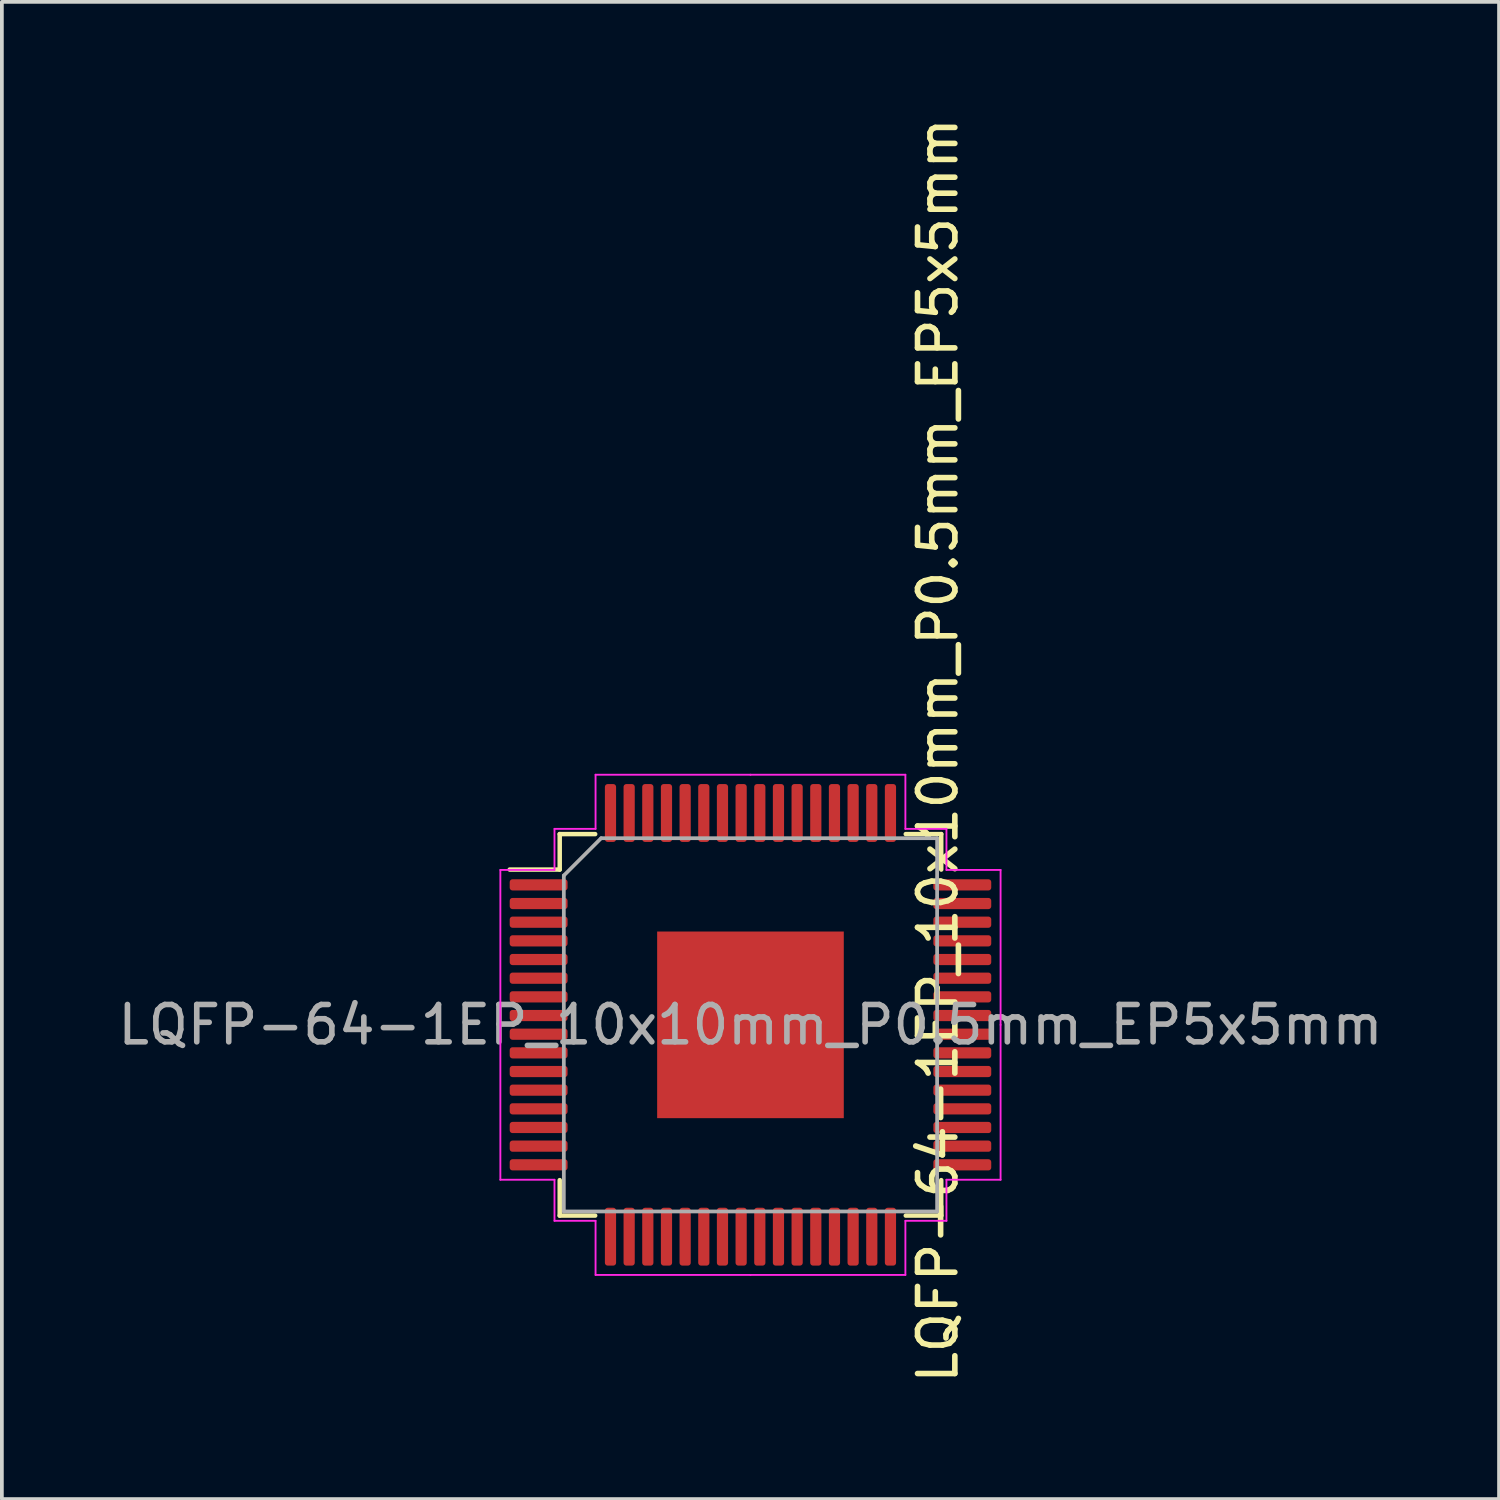
<source format=kicad_pcb>
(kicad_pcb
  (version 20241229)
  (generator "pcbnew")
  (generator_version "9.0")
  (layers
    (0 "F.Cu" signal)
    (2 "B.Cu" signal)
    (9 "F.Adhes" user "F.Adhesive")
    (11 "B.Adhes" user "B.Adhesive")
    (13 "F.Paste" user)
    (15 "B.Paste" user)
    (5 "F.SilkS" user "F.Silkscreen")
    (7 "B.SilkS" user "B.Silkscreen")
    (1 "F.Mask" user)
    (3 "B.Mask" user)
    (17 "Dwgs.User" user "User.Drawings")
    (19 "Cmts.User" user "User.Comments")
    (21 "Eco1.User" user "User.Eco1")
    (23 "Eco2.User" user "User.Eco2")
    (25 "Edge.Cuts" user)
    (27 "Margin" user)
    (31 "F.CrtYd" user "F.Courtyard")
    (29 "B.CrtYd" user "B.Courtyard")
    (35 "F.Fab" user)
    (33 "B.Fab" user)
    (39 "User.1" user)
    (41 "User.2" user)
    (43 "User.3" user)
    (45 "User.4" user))
  (footprint "LQFP-64-1EP_10x10mm_P0.5mm_EP5x5mm"
    (layer "F.Cu")
    (at 17.054 24.404)
    (property "Reference" "LQFP-64-1EP_10x10mm_P0.5mm_EP5x5mm" (at 5.02 -7.35 90) (layer "F.SilkS") (effects (font (size 1 1) (thickness 0.15))))
    (attr smd)
    (fp_line (start -5.11 -5.11) (end -5.11 -4.16) (stroke (width 0.12) (type solid)) (layer "F.SilkS"))
    (fp_line (start -5.11 -4.16) (end -6.45 -4.16) (stroke (width 0.12) (type solid)) (layer "F.SilkS"))
    (fp_line (start -5.11 5.11) (end -5.11 4.16) (stroke (width 0.12) (type solid)) (layer "F.SilkS"))
    (fp_line (start -4.16 -5.11) (end -5.11 -5.11) (stroke (width 0.12) (type solid)) (layer "F.SilkS"))
    (fp_line (start -4.16 5.11) (end -5.11 5.11) (stroke (width 0.12) (type solid)) (layer "F.SilkS"))
    (fp_line (start 4.16 -5.11) (end 5.11 -5.11) (stroke (width 0.12) (type solid)) (layer "F.SilkS"))
    (fp_line (start 4.16 5.11) (end 5.11 5.11) (stroke (width 0.12) (type solid)) (layer "F.SilkS"))
    (fp_line (start 5.11 -5.11) (end 5.11 -4.16) (stroke (width 0.12) (type solid)) (layer "F.SilkS"))
    (fp_line (start 5.11 5.11) (end 5.11 4.16) (stroke (width 0.12) (type solid)) (layer "F.SilkS"))
    (fp_line (start -6.7 -4.15) (end -6.7 0) (stroke (width 0.05) (type solid)) (layer "F.CrtYd"))
    (fp_line (start -6.7 4.15) (end -6.7 0) (stroke (width 0.05) (type solid)) (layer "F.CrtYd"))
    (fp_line (start -5.25 -5.25) (end -5.25 -4.15) (stroke (width 0.05) (type solid)) (layer "F.CrtYd"))
    (fp_line (start -5.25 -4.15) (end -6.7 -4.15) (stroke (width 0.05) (type solid)) (layer "F.CrtYd"))
    (fp_line (start -5.25 4.15) (end -6.7 4.15) (stroke (width 0.05) (type solid)) (layer "F.CrtYd"))
    (fp_line (start -5.25 5.25) (end -5.25 4.15) (stroke (width 0.05) (type solid)) (layer "F.CrtYd"))
    (fp_line (start -4.15 -6.7) (end -4.15 -5.25) (stroke (width 0.05) (type solid)) (layer "F.CrtYd"))
    (fp_line (start -4.15 -5.25) (end -5.25 -5.25) (stroke (width 0.05) (type solid)) (layer "F.CrtYd"))
    (fp_line (start -4.15 5.25) (end -5.25 5.25) (stroke (width 0.05) (type solid)) (layer "F.CrtYd"))
    (fp_line (start -4.15 6.7) (end -4.15 5.25) (stroke (width 0.05) (type solid)) (layer "F.CrtYd"))
    (fp_line (start 0 -6.7) (end -4.15 -6.7) (stroke (width 0.05) (type solid)) (layer "F.CrtYd"))
    (fp_line (start 0 -6.7) (end 4.15 -6.7) (stroke (width 0.05) (type solid)) (layer "F.CrtYd"))
    (fp_line (start 0 6.7) (end -4.15 6.7) (stroke (width 0.05) (type solid)) (layer "F.CrtYd"))
    (fp_line (start 0 6.7) (end 4.15 6.7) (stroke (width 0.05) (type solid)) (layer "F.CrtYd"))
    (fp_line (start 4.15 -6.7) (end 4.15 -5.25) (stroke (width 0.05) (type solid)) (layer "F.CrtYd"))
    (fp_line (start 4.15 -5.25) (end 5.25 -5.25) (stroke (width 0.05) (type solid)) (layer "F.CrtYd"))
    (fp_line (start 4.15 5.25) (end 5.25 5.25) (stroke (width 0.05) (type solid)) (layer "F.CrtYd"))
    (fp_line (start 4.15 6.7) (end 4.15 5.25) (stroke (width 0.05) (type solid)) (layer "F.CrtYd"))
    (fp_line (start 5.25 -5.25) (end 5.25 -4.15) (stroke (width 0.05) (type solid)) (layer "F.CrtYd"))
    (fp_line (start 5.25 -4.15) (end 6.7 -4.15) (stroke (width 0.05) (type solid)) (layer "F.CrtYd"))
    (fp_line (start 5.25 4.15) (end 6.7 4.15) (stroke (width 0.05) (type solid)) (layer "F.CrtYd"))
    (fp_line (start 5.25 5.25) (end 5.25 4.15) (stroke (width 0.05) (type solid)) (layer "F.CrtYd"))
    (fp_line (start 6.7 -4.15) (end 6.7 0) (stroke (width 0.05) (type solid)) (layer "F.CrtYd"))
    (fp_line (start 6.7 4.15) (end 6.7 0) (stroke (width 0.05) (type solid)) (layer "F.CrtYd"))
    (fp_line (start -5 -4) (end -4 -5) (stroke (width 0.1) (type solid)) (layer "F.Fab"))
    (fp_line (start -5 5) (end -5 -4) (stroke (width 0.1) (type solid)) (layer "F.Fab"))
    (fp_line (start -4 -5) (end 5 -5) (stroke (width 0.1) (type solid)) (layer "F.Fab"))
    (fp_line (start 5 -5) (end 5 5) (stroke (width 0.1) (type solid)) (layer "F.Fab"))
    (fp_line (start 5 5) (end -5 5) (stroke (width 0.1) (type solid)) (layer "F.Fab"))
    (fp_text user "${REFERENCE}" (at 0 0 0) (layer "F.Fab") (effects (font (size 1 1) (thickness 0.15))))
    (pad "" smd roundrect (at -2 -2) (size 0.81 0.81) (layers "F.Paste") (roundrect_rratio 0.25))
    (pad "" smd roundrect (at -2 -1) (size 0.81 0.81) (layers "F.Paste") (roundrect_rratio 0.25))
    (pad "" smd roundrect (at -2 0) (size 0.81 0.81) (layers "F.Paste") (roundrect_rratio 0.25))
    (pad "" smd roundrect (at -2 1) (size 0.81 0.81) (layers "F.Paste") (roundrect_rratio 0.25))
    (pad "" smd roundrect (at -2 2) (size 0.81 0.81) (layers "F.Paste") (roundrect_rratio 0.25))
    (pad "" smd roundrect (at -1 -2) (size 0.81 0.81) (layers "F.Paste") (roundrect_rratio 0.25))
    (pad "" smd roundrect (at -1 -1) (size 0.81 0.81) (layers "F.Paste") (roundrect_rratio 0.25))
    (pad "" smd roundrect (at -1 0) (size 0.81 0.81) (layers "F.Paste") (roundrect_rratio 0.25))
    (pad "" smd roundrect (at -1 1) (size 0.81 0.81) (layers "F.Paste") (roundrect_rratio 0.25))
    (pad "" smd roundrect (at -1 2) (size 0.81 0.81) (layers "F.Paste") (roundrect_rratio 0.25))
    (pad "" smd roundrect (at 0 -2) (size 0.81 0.81) (layers "F.Paste") (roundrect_rratio 0.25))
    (pad "" smd roundrect (at 0 -1) (size 0.81 0.81) (layers "F.Paste") (roundrect_rratio 0.25))
    (pad "" smd roundrect (at 0 0) (size 0.81 0.81) (layers "F.Paste") (roundrect_rratio 0.25))
    (pad "" smd roundrect (at 0 1) (size 0.81 0.81) (layers "F.Paste") (roundrect_rratio 0.25))
    (pad "" smd roundrect (at 0 2) (size 0.81 0.81) (layers "F.Paste") (roundrect_rratio 0.25))
    (pad "" smd roundrect (at 1 -2) (size 0.81 0.81) (layers "F.Paste") (roundrect_rratio 0.25))
    (pad "" smd roundrect (at 1 -1) (size 0.81 0.81) (layers "F.Paste") (roundrect_rratio 0.25))
    (pad "" smd roundrect (at 1 0) (size 0.81 0.81) (layers "F.Paste") (roundrect_rratio 0.25))
    (pad "" smd roundrect (at 1 1) (size 0.81 0.81) (layers "F.Paste") (roundrect_rratio 0.25))
    (pad "" smd roundrect (at 1 2) (size 0.81 0.81) (layers "F.Paste") (roundrect_rratio 0.25))
    (pad "" smd roundrect (at 2 -2) (size 0.81 0.81) (layers "F.Paste") (roundrect_rratio 0.25))
    (pad "" smd roundrect (at 2 -1) (size 0.81 0.81) (layers "F.Paste") (roundrect_rratio 0.25))
    (pad "" smd roundrect (at 2 0) (size 0.81 0.81) (layers "F.Paste") (roundrect_rratio 0.25))
    (pad "" smd roundrect (at 2 1) (size 0.81 0.81) (layers "F.Paste") (roundrect_rratio 0.25))
    (pad "" smd roundrect (at 2 2) (size 0.81 0.81) (layers "F.Paste") (roundrect_rratio 0.25))
    (pad "1" smd roundrect (at -5.675 -3.75) (size 1.55 0.3) (layers "F.Cu" "F.Mask" "F.Paste") (roundrect_rratio 0.25))
    (pad "2" smd roundrect (at -5.675 -3.25) (size 1.55 0.3) (layers "F.Cu" "F.Mask" "F.Paste") (roundrect_rratio 0.25))
    (pad "3" smd roundrect (at -5.675 -2.75) (size 1.55 0.3) (layers "F.Cu" "F.Mask" "F.Paste") (roundrect_rratio 0.25))
    (pad "4" smd roundrect (at -5.675 -2.25) (size 1.55 0.3) (layers "F.Cu" "F.Mask" "F.Paste") (roundrect_rratio 0.25))
    (pad "5" smd roundrect (at -5.675 -1.75) (size 1.55 0.3) (layers "F.Cu" "F.Mask" "F.Paste") (roundrect_rratio 0.25))
    (pad "6" smd roundrect (at -5.675 -1.25) (size 1.55 0.3) (layers "F.Cu" "F.Mask" "F.Paste") (roundrect_rratio 0.25))
    (pad "7" smd roundrect (at -5.675 -0.75) (size 1.55 0.3) (layers "F.Cu" "F.Mask" "F.Paste") (roundrect_rratio 0.25))
    (pad "8" smd roundrect (at -5.675 -0.25) (size 1.55 0.3) (layers "F.Cu" "F.Mask" "F.Paste") (roundrect_rratio 0.25))
    (pad "9" smd roundrect (at -5.675 0.25) (size 1.55 0.3) (layers "F.Cu" "F.Mask" "F.Paste") (roundrect_rratio 0.25))
    (pad "10" smd roundrect (at -5.675 0.75) (size 1.55 0.3) (layers "F.Cu" "F.Mask" "F.Paste") (roundrect_rratio 0.25))
    (pad "11" smd roundrect (at -5.675 1.25) (size 1.55 0.3) (layers "F.Cu" "F.Mask" "F.Paste") (roundrect_rratio 0.25))
    (pad "12" smd roundrect (at -5.675 1.75) (size 1.55 0.3) (layers "F.Cu" "F.Mask" "F.Paste") (roundrect_rratio 0.25))
    (pad "13" smd roundrect (at -5.675 2.25) (size 1.55 0.3) (layers "F.Cu" "F.Mask" "F.Paste") (roundrect_rratio 0.25))
    (pad "14" smd roundrect (at -5.675 2.75) (size 1.55 0.3) (layers "F.Cu" "F.Mask" "F.Paste") (roundrect_rratio 0.25))
    (pad "15" smd roundrect (at -5.675 3.25) (size 1.55 0.3) (layers "F.Cu" "F.Mask" "F.Paste") (roundrect_rratio 0.25))
    (pad "16" smd roundrect (at -5.675 3.75) (size 1.55 0.3) (layers "F.Cu" "F.Mask" "F.Paste") (roundrect_rratio 0.25))
    (pad "17" smd roundrect (at -3.75 5.675) (size 0.3 1.55) (layers "F.Cu" "F.Mask" "F.Paste") (roundrect_rratio 0.25))
    (pad "18" smd roundrect (at -3.25 5.675) (size 0.3 1.55) (layers "F.Cu" "F.Mask" "F.Paste") (roundrect_rratio 0.25))
    (pad "19" smd roundrect (at -2.75 5.675) (size 0.3 1.55) (layers "F.Cu" "F.Mask" "F.Paste") (roundrect_rratio 0.25))
    (pad "20" smd roundrect (at -2.25 5.675) (size 0.3 1.55) (layers "F.Cu" "F.Mask" "F.Paste") (roundrect_rratio 0.25))
    (pad "21" smd roundrect (at -1.75 5.675) (size 0.3 1.55) (layers "F.Cu" "F.Mask" "F.Paste") (roundrect_rratio 0.25))
    (pad "22" smd roundrect (at -1.25 5.675) (size 0.3 1.55) (layers "F.Cu" "F.Mask" "F.Paste") (roundrect_rratio 0.25))
    (pad "23" smd roundrect (at -0.75 5.675) (size 0.3 1.55) (layers "F.Cu" "F.Mask" "F.Paste") (roundrect_rratio 0.25))
    (pad "24" smd roundrect (at -0.25 5.675) (size 0.3 1.55) (layers "F.Cu" "F.Mask" "F.Paste") (roundrect_rratio 0.25))
    (pad "25" smd roundrect (at 0.25 5.675) (size 0.3 1.55) (layers "F.Cu" "F.Mask" "F.Paste") (roundrect_rratio 0.25))
    (pad "26" smd roundrect (at 0.75 5.675) (size 0.3 1.55) (layers "F.Cu" "F.Mask" "F.Paste") (roundrect_rratio 0.25))
    (pad "27" smd roundrect (at 1.25 5.675) (size 0.3 1.55) (layers "F.Cu" "F.Mask" "F.Paste") (roundrect_rratio 0.25))
    (pad "28" smd roundrect (at 1.75 5.675) (size 0.3 1.55) (layers "F.Cu" "F.Mask" "F.Paste") (roundrect_rratio 0.25))
    (pad "29" smd roundrect (at 2.25 5.675) (size 0.3 1.55) (layers "F.Cu" "F.Mask" "F.Paste") (roundrect_rratio 0.25))
    (pad "30" smd roundrect (at 2.75 5.675) (size 0.3 1.55) (layers "F.Cu" "F.Mask" "F.Paste") (roundrect_rratio 0.25))
    (pad "31" smd roundrect (at 3.25 5.675) (size 0.3 1.55) (layers "F.Cu" "F.Mask" "F.Paste") (roundrect_rratio 0.25))
    (pad "32" smd roundrect (at 3.75 5.675) (size 0.3 1.55) (layers "F.Cu" "F.Mask" "F.Paste") (roundrect_rratio 0.25))
    (pad "33" smd roundrect (at 5.675 3.75) (size 1.55 0.3) (layers "F.Cu" "F.Mask" "F.Paste") (roundrect_rratio 0.25))
    (pad "34" smd roundrect (at 5.675 3.25) (size 1.55 0.3) (layers "F.Cu" "F.Mask" "F.Paste") (roundrect_rratio 0.25))
    (pad "35" smd roundrect (at 5.675 2.75) (size 1.55 0.3) (layers "F.Cu" "F.Mask" "F.Paste") (roundrect_rratio 0.25))
    (pad "36" smd roundrect (at 5.675 2.25) (size 1.55 0.3) (layers "F.Cu" "F.Mask" "F.Paste") (roundrect_rratio 0.25))
    (pad "37" smd roundrect (at 5.675 1.75) (size 1.55 0.3) (layers "F.Cu" "F.Mask" "F.Paste") (roundrect_rratio 0.25))
    (pad "38" smd roundrect (at 5.675 1.25) (size 1.55 0.3) (layers "F.Cu" "F.Mask" "F.Paste") (roundrect_rratio 0.25))
    (pad "39" smd roundrect (at 5.675 0.75) (size 1.55 0.3) (layers "F.Cu" "F.Mask" "F.Paste") (roundrect_rratio 0.25))
    (pad "40" smd roundrect (at 5.675 0.25) (size 1.55 0.3) (layers "F.Cu" "F.Mask" "F.Paste") (roundrect_rratio 0.25))
    (pad "41" smd roundrect (at 5.675 -0.25) (size 1.55 0.3) (layers "F.Cu" "F.Mask" "F.Paste") (roundrect_rratio 0.25))
    (pad "42" smd roundrect (at 5.675 -0.75) (size 1.55 0.3) (layers "F.Cu" "F.Mask" "F.Paste") (roundrect_rratio 0.25))
    (pad "43" smd roundrect (at 5.675 -1.25) (size 1.55 0.3) (layers "F.Cu" "F.Mask" "F.Paste") (roundrect_rratio 0.25))
    (pad "44" smd roundrect (at 5.675 -1.75) (size 1.55 0.3) (layers "F.Cu" "F.Mask" "F.Paste") (roundrect_rratio 0.25))
    (pad "45" smd roundrect (at 5.675 -2.25) (size 1.55 0.3) (layers "F.Cu" "F.Mask" "F.Paste") (roundrect_rratio 0.25))
    (pad "46" smd roundrect (at 5.675 -2.75) (size 1.55 0.3) (layers "F.Cu" "F.Mask" "F.Paste") (roundrect_rratio 0.25))
    (pad "47" smd roundrect (at 5.675 -3.25) (size 1.55 0.3) (layers "F.Cu" "F.Mask" "F.Paste") (roundrect_rratio 0.25))
    (pad "48" smd roundrect (at 5.675 -3.75) (size 1.55 0.3) (layers "F.Cu" "F.Mask" "F.Paste") (roundrect_rratio 0.25))
    (pad "49" smd roundrect (at 3.75 -5.675) (size 0.3 1.55) (layers "F.Cu" "F.Mask" "F.Paste") (roundrect_rratio 0.25))
    (pad "50" smd roundrect (at 3.25 -5.675) (size 0.3 1.55) (layers "F.Cu" "F.Mask" "F.Paste") (roundrect_rratio 0.25))
    (pad "51" smd roundrect (at 2.75 -5.675) (size 0.3 1.55) (layers "F.Cu" "F.Mask" "F.Paste") (roundrect_rratio 0.25))
    (pad "52" smd roundrect (at 2.25 -5.675) (size 0.3 1.55) (layers "F.Cu" "F.Mask" "F.Paste") (roundrect_rratio 0.25))
    (pad "53" smd roundrect (at 1.75 -5.675) (size 0.3 1.55) (layers "F.Cu" "F.Mask" "F.Paste") (roundrect_rratio 0.25))
    (pad "54" smd roundrect (at 1.25 -5.675) (size 0.3 1.55) (layers "F.Cu" "F.Mask" "F.Paste") (roundrect_rratio 0.25))
    (pad "55" smd roundrect (at 0.75 -5.675) (size 0.3 1.55) (layers "F.Cu" "F.Mask" "F.Paste") (roundrect_rratio 0.25))
    (pad "56" smd roundrect (at 0.25 -5.675) (size 0.3 1.55) (layers "F.Cu" "F.Mask" "F.Paste") (roundrect_rratio 0.25))
    (pad "57" smd roundrect (at -0.25 -5.675) (size 0.3 1.55) (layers "F.Cu" "F.Mask" "F.Paste") (roundrect_rratio 0.25))
    (pad "58" smd roundrect (at -0.75 -5.675) (size 0.3 1.55) (layers "F.Cu" "F.Mask" "F.Paste") (roundrect_rratio 0.25))
    (pad "59" smd roundrect (at -1.25 -5.675) (size 0.3 1.55) (layers "F.Cu" "F.Mask" "F.Paste") (roundrect_rratio 0.25))
    (pad "60" smd roundrect (at -1.75 -5.675) (size 0.3 1.55) (layers "F.Cu" "F.Mask" "F.Paste") (roundrect_rratio 0.25))
    (pad "61" smd roundrect (at -2.25 -5.675) (size 0.3 1.55) (layers "F.Cu" "F.Mask" "F.Paste") (roundrect_rratio 0.25))
    (pad "62" smd roundrect (at -2.75 -5.675) (size 0.3 1.55) (layers "F.Cu" "F.Mask" "F.Paste") (roundrect_rratio 0.25))
    (pad "63" smd roundrect (at -3.25 -5.675) (size 0.3 1.55) (layers "F.Cu" "F.Mask" "F.Paste") (roundrect_rratio 0.25))
    (pad "64" smd roundrect (at -3.75 -5.675) (size 0.3 1.55) (layers "F.Cu" "F.Mask" "F.Paste") (roundrect_rratio 0.25))
    (pad "65" smd rect (at 0 0) (size 5 5) (layers "F.Cu" "F.Mask")))
  (gr_rect
    (start -3 -3)
    (end 37.107 37.107)
    (stroke (width 0.1) (type default))
    (fill no)
    (layer "Edge.Cuts")))
</source>
